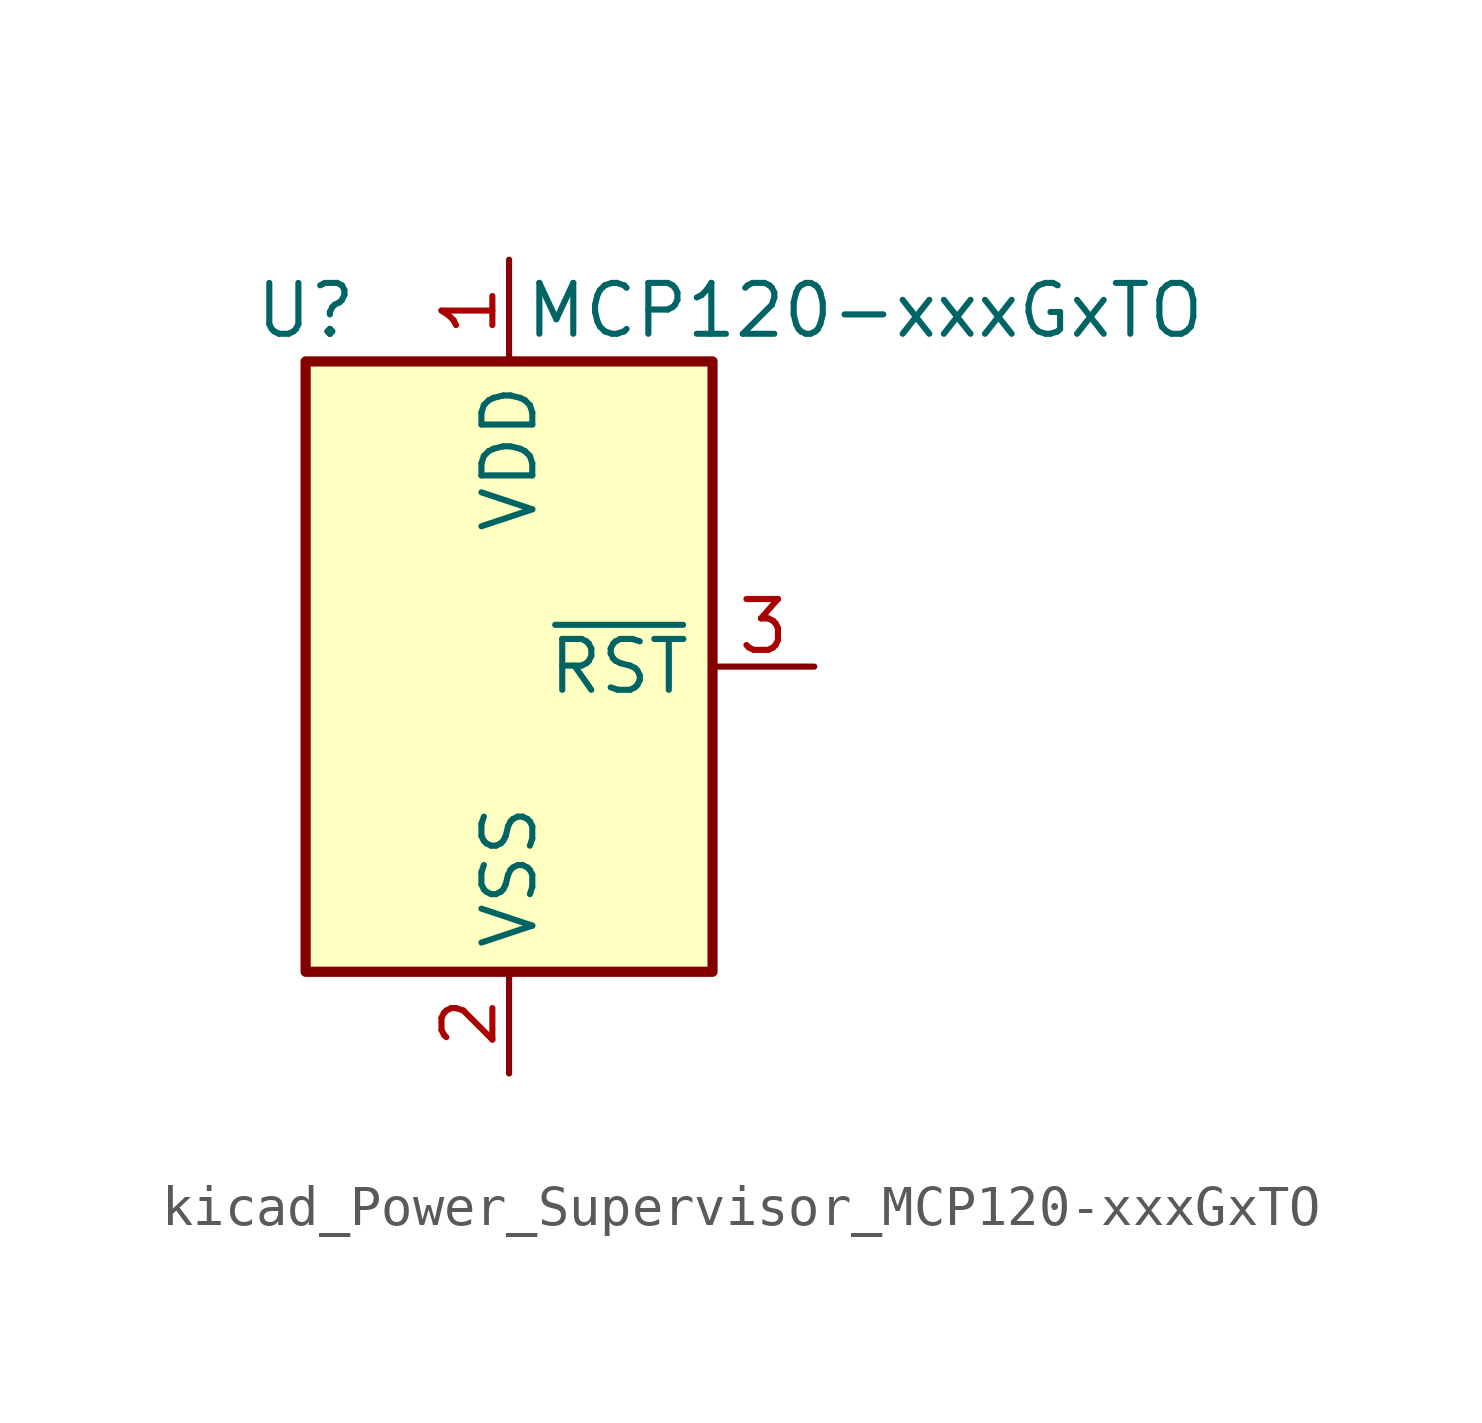
<source format=kicad_sym>
(kicad_symbol_lib
  (version 20220914)
  (generator kicad_symbol_editor)
  (symbol "kicad_Power_Supervisor_MCP120-xxxGxTO"
    (property "Reference" "U"
      (at -5.08 8.89 0)
      (effects (font (size 1.27 1.27))))
    (property "Value" "MCP120-xxxGxTO"
      (at 8.89 8.89 0)
      (effects (font (size 1.27 1.27))))
    (symbol "kicad_Power_Supervisor_MCP120-xxxGxTO_0_1"
      (rectangle (start 5.08 7.62) (end -5.08 -7.62) (stroke (width 0.254) (type default)) (fill (type background))))
    (symbol "kicad_Power_Supervisor_MCP120-xxxGxTO_1_1"
      (pin power_in line (at 0 10.16 270) (length 2.54) (name "VDD" (effects (font (size 1.27 1.27)))) (number "1" (effects (font (size 1.27 1.27)))))
      (pin power_in line (at 0 -10.16 90) (length 2.54) (name "VSS" (effects (font (size 1.27 1.27)))) (number "2" (effects (font (size 1.27 1.27)))))
      (pin open_collector line (at 7.62 0 180) (length 2.54) (name "~{RST}" (effects (font (size 1.27 1.27)))) (number "3" (effects (font (size 1.27 1.27))))))))
</source>
